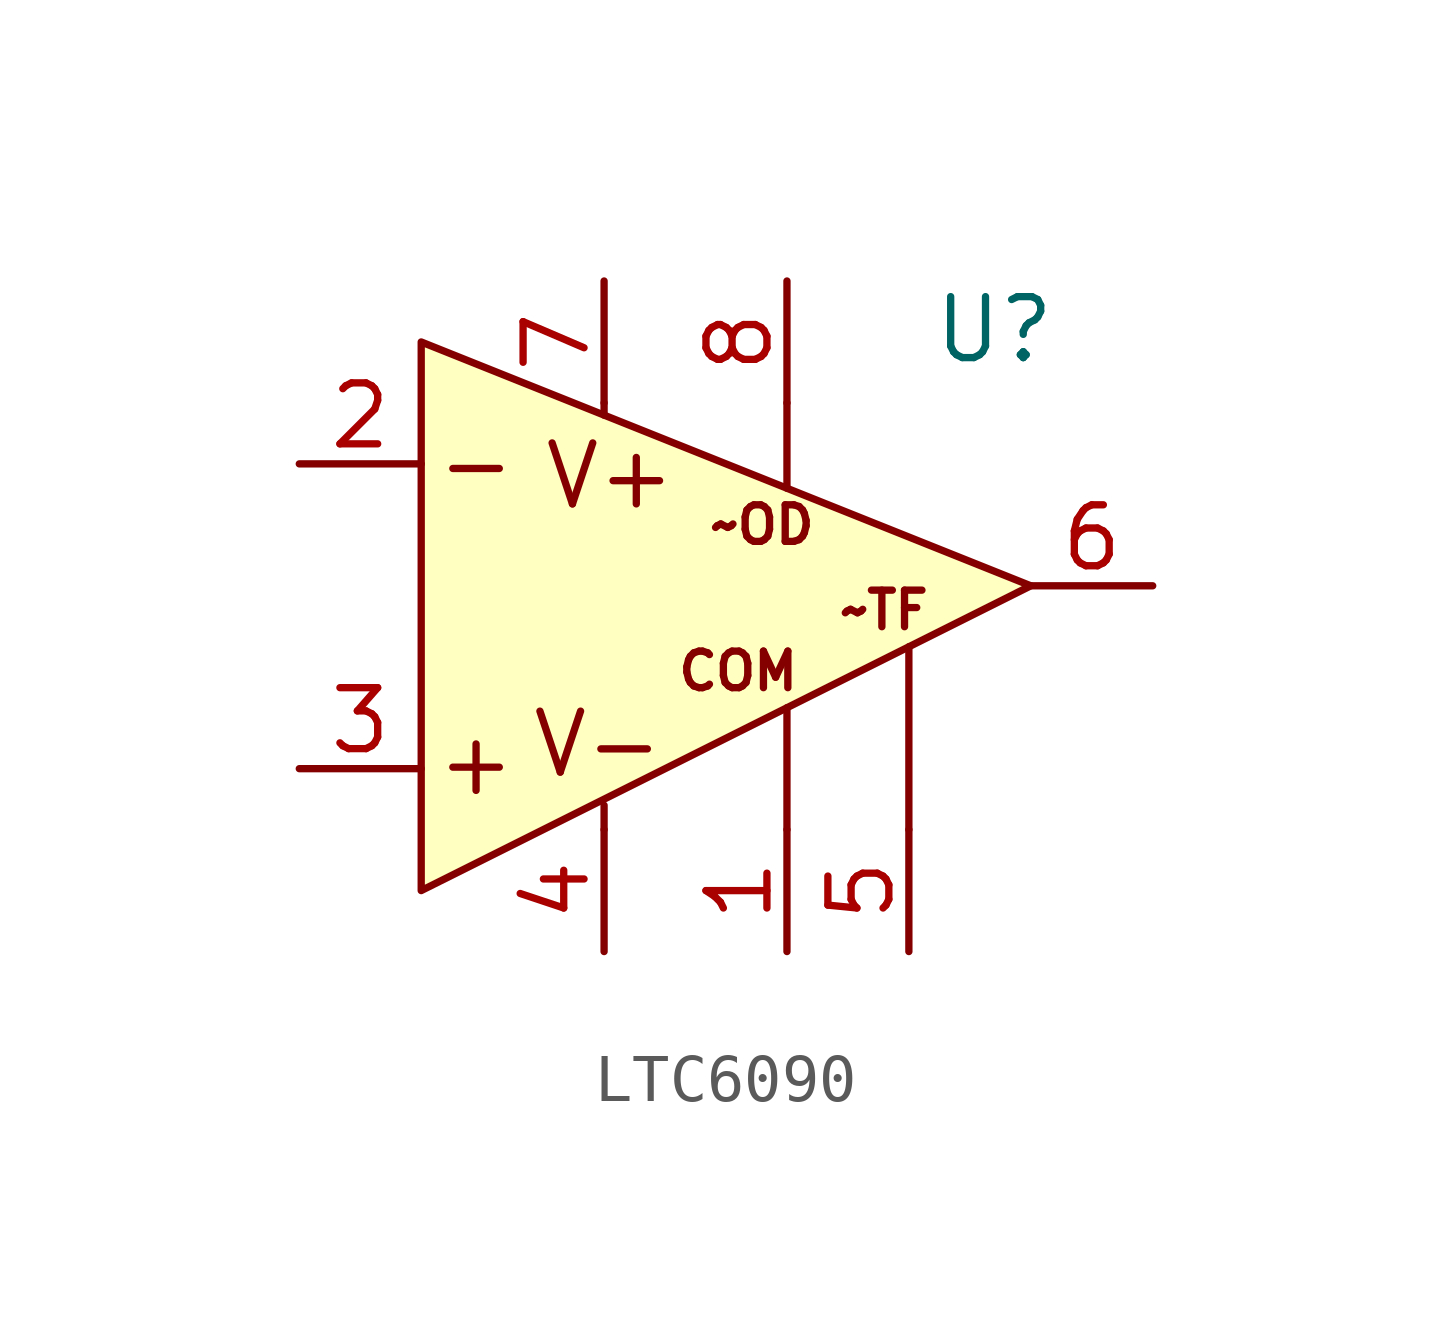
<source format=kicad_sym>
(kicad_symbol_lib
  (version 20220914)
  (generator kicad_symbol_editor)
  (symbol "LTC6090"
    (property "Reference" "U"
      (at 14.478 2.794 0)
      (effects (font (size 1.27 1.27))))
    (property "Value" ""
      (at 0 0 0)
      (effects (font (size 1.27 1.27))))
    (symbol "LTC6090_1_1"
      (polyline (pts (xy 6.35 -7.62) (xy 6.35 -7.112)) (stroke (width 0) (type default)) (fill (type none)))
      (polyline (pts (xy 6.35 1.27) (xy 6.35 1.016)) (stroke (width 0) (type default)) (fill (type none)))
      (polyline (pts (xy 10.16 -7.62) (xy 10.16 -5.08)) (stroke (width 0) (type default)) (fill (type none)))
      (polyline (pts (xy 10.16 1.27) (xy 10.16 -0.508)) (stroke (width 0) (type default)) (fill (type none)))
      (polyline (pts (xy 12.7 -7.62) (xy 12.7 -3.81)) (stroke (width 0) (type default)) (fill (type none)))
      (polyline (pts (xy 2.54 2.54) (xy 2.54 -8.89) (xy 15.24 -2.54) (xy 2.54 2.54)) (stroke (width 0) (type default)) (fill (type background)))
      (text "+" (at 3.683 -6.223 0) (effects (font (size 1.27 1.27))))
      (text "-" (at 3.683 0 0) (effects (font (size 1.27 1.27))))
      (text "COM" (at 9.144 -4.318 0) (effects (font (size 0.762 0.762))))
      (text "V+" (at 6.477 -0.254 0) (effects (font (size 1.27 1.27))))
      (text "V-" (at 6.223 -5.842 0) (effects (font (size 1.27 1.27))))
      (text "~OD" (at 9.652 -1.27 0) (effects (font (size 0.762 0.762))))
      (text "~TF" (at 12.192 -3.048 0) (effects (font (size 0.762 0.762))))
      (pin passive line (at 10.16 -10.16 90) (length 2.54) (name "~" (effects (font (size 1.27 1.27)))) (number "1" (effects (font (size 1.27 1.27)))))
      (pin passive line (at 0 0 0) (length 2.54) (name "~" (effects (font (size 1.27 1.27)))) (number "2" (effects (font (size 1.27 1.27)))))
      (pin passive line (at 0 -6.35 0) (length 2.54) (name "~" (effects (font (size 1.27 1.27)))) (number "3" (effects (font (size 1.27 1.27)))))
      (pin passive line (at 6.35 -10.16 90) (length 2.54) (name "~" (effects (font (size 1.27 1.27)))) (number "4" (effects (font (size 1.27 1.27)))))
      (pin passive line (at 12.7 -10.16 90) (length 2.54) (name "~" (effects (font (size 1.27 1.27)))) (number "5" (effects (font (size 1.27 1.27)))))
      (pin passive line (at 17.78 -2.54 180) (length 2.54) (name "~" (effects (font (size 1.27 1.27)))) (number "6" (effects (font (size 1.27 1.27)))))
      (pin passive line (at 6.35 3.81 270) (length 2.54) (name "~" (effects (font (size 1.27 1.27)))) (number "7" (effects (font (size 1.27 1.27)))))
      (pin passive line (at 10.16 3.81 270) (length 2.54) (name "~" (effects (font (size 1.27 1.27)))) (number "8" (effects (font (size 1.27 1.27))))))))
</source>
